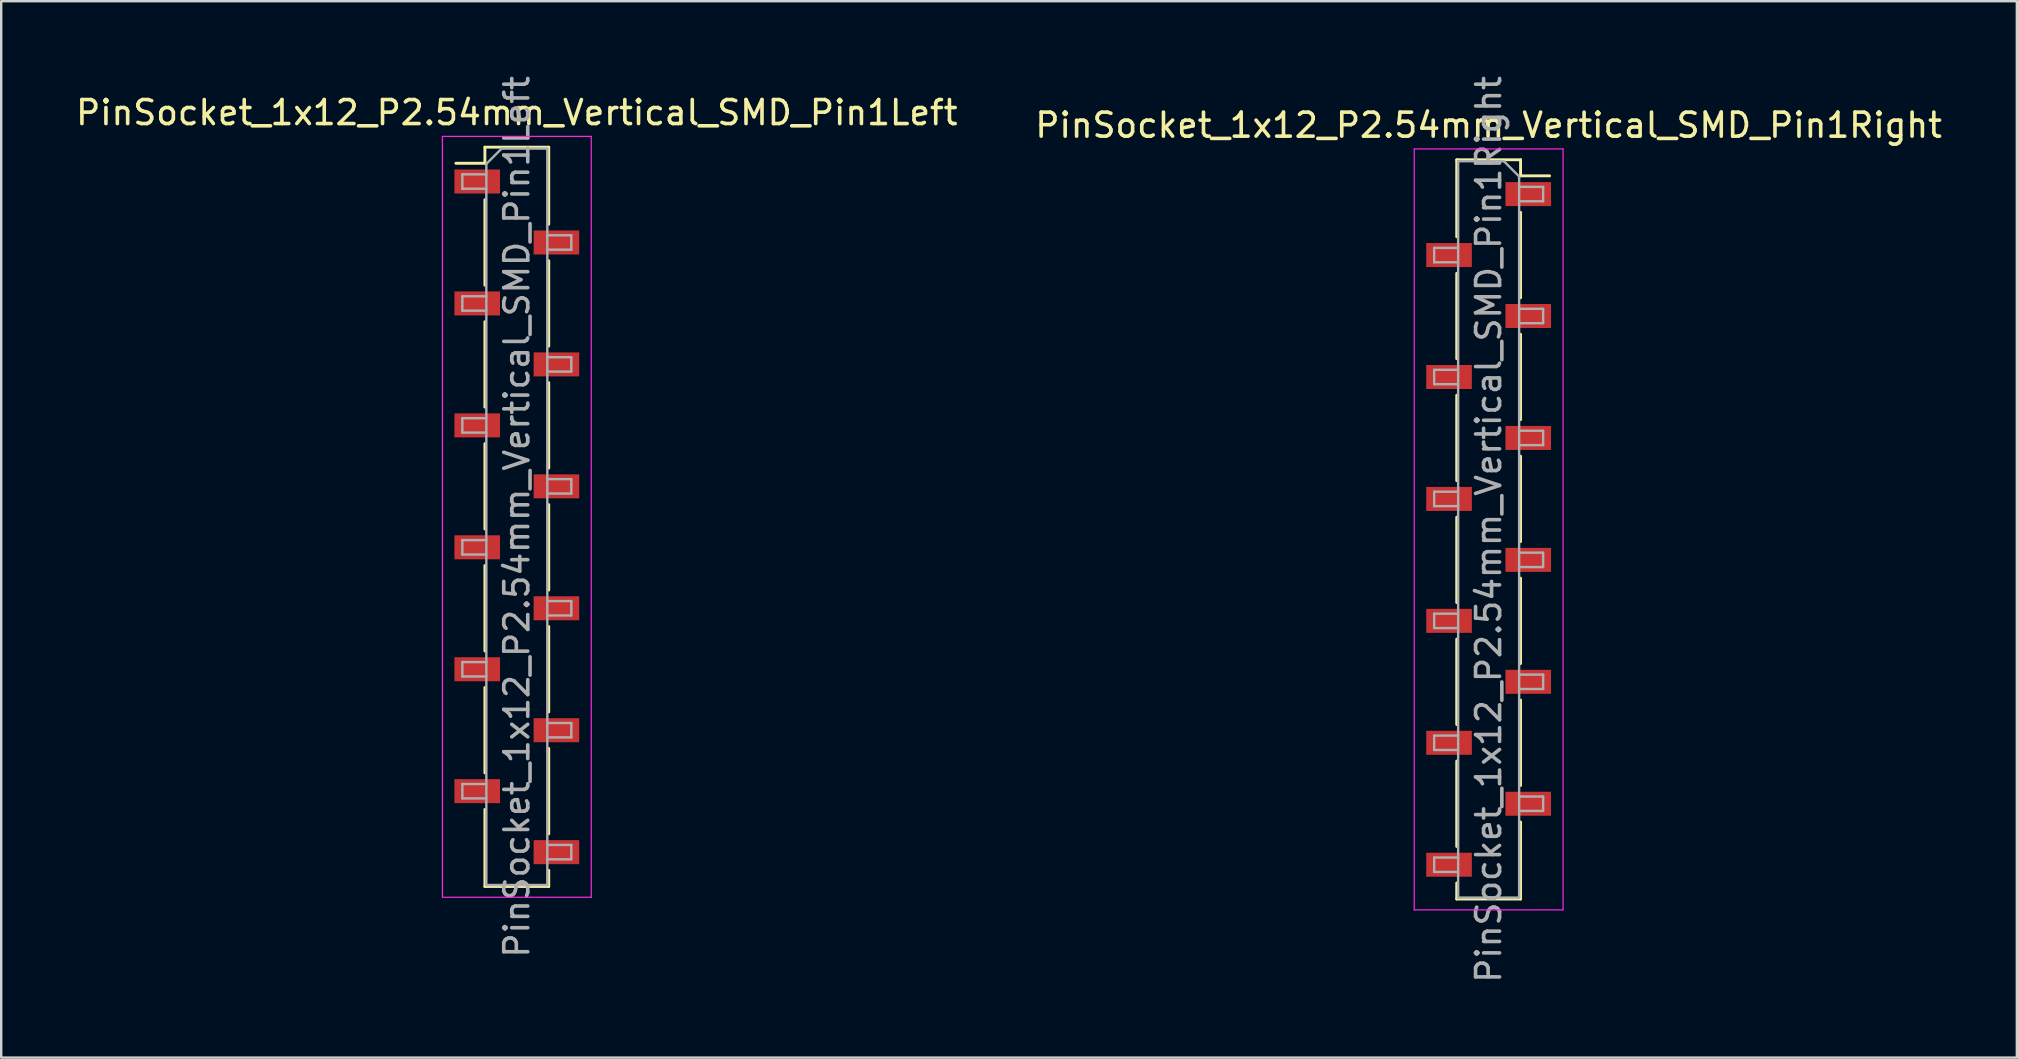
<source format=kicad_pcb>
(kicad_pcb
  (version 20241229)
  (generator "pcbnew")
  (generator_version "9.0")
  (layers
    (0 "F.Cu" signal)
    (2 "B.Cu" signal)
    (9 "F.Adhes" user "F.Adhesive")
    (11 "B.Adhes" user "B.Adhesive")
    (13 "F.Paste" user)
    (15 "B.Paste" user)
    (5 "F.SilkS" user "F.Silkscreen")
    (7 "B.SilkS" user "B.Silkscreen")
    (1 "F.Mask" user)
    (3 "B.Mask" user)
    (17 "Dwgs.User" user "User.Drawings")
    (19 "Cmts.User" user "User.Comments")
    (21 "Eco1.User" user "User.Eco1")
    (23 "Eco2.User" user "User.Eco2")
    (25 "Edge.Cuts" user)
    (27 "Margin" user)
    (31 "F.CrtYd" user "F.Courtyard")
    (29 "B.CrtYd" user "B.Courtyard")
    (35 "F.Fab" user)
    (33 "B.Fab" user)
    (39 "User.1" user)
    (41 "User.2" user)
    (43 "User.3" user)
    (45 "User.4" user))
  (footprint "PinSocket_1x12_P2.54mm_Vertical_SMD_Pin1Right"
    (layer "F.Cu")
    (at 58.97 19.006)
    (property "Reference" "PinSocket_1x12_P2.54mm_Vertical_SMD_Pin1Right" (at 0 -16.84 0) (layer "F.SilkS") (effects (font (size 1 1) (thickness 0.15))))
    (attr smd)
    (fp_line (start -1.33 -15.4) (end -1.33 -12.19) (stroke (width 0.12) (type solid)) (layer "F.SilkS"))
    (fp_line (start -1.33 -15.4) (end 1.33 -15.4) (stroke (width 0.12) (type solid)) (layer "F.SilkS"))
    (fp_line (start -1.33 -10.67) (end -1.33 -7.11) (stroke (width 0.12) (type solid)) (layer "F.SilkS"))
    (fp_line (start -1.33 -5.59) (end -1.33 -2.03) (stroke (width 0.12) (type solid)) (layer "F.SilkS"))
    (fp_line (start -1.33 -0.51) (end -1.33 3.05) (stroke (width 0.12) (type solid)) (layer "F.SilkS"))
    (fp_line (start -1.33 4.57) (end -1.33 8.13) (stroke (width 0.12) (type solid)) (layer "F.SilkS"))
    (fp_line (start -1.33 9.65) (end -1.33 13.21) (stroke (width 0.12) (type solid)) (layer "F.SilkS"))
    (fp_line (start -1.33 14.73) (end -1.33 15.4) (stroke (width 0.12) (type solid)) (layer "F.SilkS"))
    (fp_line (start -1.33 15.4) (end 1.33 15.4) (stroke (width 0.12) (type solid)) (layer "F.SilkS"))
    (fp_line (start 1.33 -15.4) (end 1.33 -14.73) (stroke (width 0.12) (type solid)) (layer "F.SilkS"))
    (fp_line (start 1.33 -14.73) (end 2.54 -14.73) (stroke (width 0.12) (type solid)) (layer "F.SilkS"))
    (fp_line (start 1.33 -13.21) (end 1.33 -9.65) (stroke (width 0.12) (type solid)) (layer "F.SilkS"))
    (fp_line (start 1.33 -8.13) (end 1.33 -4.57) (stroke (width 0.12) (type solid)) (layer "F.SilkS"))
    (fp_line (start 1.33 -3.05) (end 1.33 0.51) (stroke (width 0.12) (type solid)) (layer "F.SilkS"))
    (fp_line (start 1.33 2.03) (end 1.33 5.59) (stroke (width 0.12) (type solid)) (layer "F.SilkS"))
    (fp_line (start 1.33 7.11) (end 1.33 10.67) (stroke (width 0.12) (type solid)) (layer "F.SilkS"))
    (fp_line (start 1.33 12.19) (end 1.33 15.4) (stroke (width 0.12) (type solid)) (layer "F.SilkS"))
    (fp_line (start -3.1 -15.85) (end 3.1 -15.85) (stroke (width 0.05) (type solid)) (layer "F.CrtYd"))
    (fp_line (start -3.1 15.85) (end -3.1 -15.85) (stroke (width 0.05) (type solid)) (layer "F.CrtYd"))
    (fp_line (start 3.1 -15.85) (end 3.1 15.85) (stroke (width 0.05) (type solid)) (layer "F.CrtYd"))
    (fp_line (start 3.1 15.85) (end -3.1 15.85) (stroke (width 0.05) (type solid)) (layer "F.CrtYd"))
    (fp_line (start -2.27 -11.73) (end -1.27 -11.73) (stroke (width 0.1) (type solid)) (layer "F.Fab"))
    (fp_line (start -2.27 -11.13) (end -2.27 -11.73) (stroke (width 0.1) (type solid)) (layer "F.Fab"))
    (fp_line (start -2.27 -6.65) (end -1.27 -6.65) (stroke (width 0.1) (type solid)) (layer "F.Fab"))
    (fp_line (start -2.27 -6.05) (end -2.27 -6.65) (stroke (width 0.1) (type solid)) (layer "F.Fab"))
    (fp_line (start -2.27 -1.57) (end -1.27 -1.57) (stroke (width 0.1) (type solid)) (layer "F.Fab"))
    (fp_line (start -2.27 -0.97) (end -2.27 -1.57) (stroke (width 0.1) (type solid)) (layer "F.Fab"))
    (fp_line (start -2.27 3.51) (end -1.27 3.51) (stroke (width 0.1) (type solid)) (layer "F.Fab"))
    (fp_line (start -2.27 4.11) (end -2.27 3.51) (stroke (width 0.1) (type solid)) (layer "F.Fab"))
    (fp_line (start -2.27 8.59) (end -1.27 8.59) (stroke (width 0.1) (type solid)) (layer "F.Fab"))
    (fp_line (start -2.27 9.19) (end -2.27 8.59) (stroke (width 0.1) (type solid)) (layer "F.Fab"))
    (fp_line (start -2.27 13.67) (end -1.27 13.67) (stroke (width 0.1) (type solid)) (layer "F.Fab"))
    (fp_line (start -2.27 14.27) (end -2.27 13.67) (stroke (width 0.1) (type solid)) (layer "F.Fab"))
    (fp_line (start -1.27 -15.34) (end 0.635 -15.34) (stroke (width 0.1) (type solid)) (layer "F.Fab"))
    (fp_line (start -1.27 -11.13) (end -2.27 -11.13) (stroke (width 0.1) (type solid)) (layer "F.Fab"))
    (fp_line (start -1.27 -6.05) (end -2.27 -6.05) (stroke (width 0.1) (type solid)) (layer "F.Fab"))
    (fp_line (start -1.27 -0.97) (end -2.27 -0.97) (stroke (width 0.1) (type solid)) (layer "F.Fab"))
    (fp_line (start -1.27 4.11) (end -2.27 4.11) (stroke (width 0.1) (type solid)) (layer "F.Fab"))
    (fp_line (start -1.27 9.19) (end -2.27 9.19) (stroke (width 0.1) (type solid)) (layer "F.Fab"))
    (fp_line (start -1.27 14.27) (end -2.27 14.27) (stroke (width 0.1) (type solid)) (layer "F.Fab"))
    (fp_line (start -1.27 15.34) (end -1.27 -15.34) (stroke (width 0.1) (type solid)) (layer "F.Fab"))
    (fp_line (start 0.635 -15.34) (end 1.27 -14.705) (stroke (width 0.1) (type solid)) (layer "F.Fab"))
    (fp_line (start 1.27 -14.705) (end 1.27 15.34) (stroke (width 0.1) (type solid)) (layer "F.Fab"))
    (fp_line (start 1.27 -14.27) (end 2.27 -14.27) (stroke (width 0.1) (type solid)) (layer "F.Fab"))
    (fp_line (start 1.27 -9.19) (end 2.27 -9.19) (stroke (width 0.1) (type solid)) (layer "F.Fab"))
    (fp_line (start 1.27 -4.11) (end 2.27 -4.11) (stroke (width 0.1) (type solid)) (layer "F.Fab"))
    (fp_line (start 1.27 0.97) (end 2.27 0.97) (stroke (width 0.1) (type solid)) (layer "F.Fab"))
    (fp_line (start 1.27 6.05) (end 2.27 6.05) (stroke (width 0.1) (type solid)) (layer "F.Fab"))
    (fp_line (start 1.27 11.13) (end 2.27 11.13) (stroke (width 0.1) (type solid)) (layer "F.Fab"))
    (fp_line (start 1.27 15.34) (end -1.27 15.34) (stroke (width 0.1) (type solid)) (layer "F.Fab"))
    (fp_line (start 2.27 -14.27) (end 2.27 -13.67) (stroke (width 0.1) (type solid)) (layer "F.Fab"))
    (fp_line (start 2.27 -13.67) (end 1.27 -13.67) (stroke (width 0.1) (type solid)) (layer "F.Fab"))
    (fp_line (start 2.27 -9.19) (end 2.27 -8.59) (stroke (width 0.1) (type solid)) (layer "F.Fab"))
    (fp_line (start 2.27 -8.59) (end 1.27 -8.59) (stroke (width 0.1) (type solid)) (layer "F.Fab"))
    (fp_line (start 2.27 -4.11) (end 2.27 -3.51) (stroke (width 0.1) (type solid)) (layer "F.Fab"))
    (fp_line (start 2.27 -3.51) (end 1.27 -3.51) (stroke (width 0.1) (type solid)) (layer "F.Fab"))
    (fp_line (start 2.27 0.97) (end 2.27 1.57) (stroke (width 0.1) (type solid)) (layer "F.Fab"))
    (fp_line (start 2.27 1.57) (end 1.27 1.57) (stroke (width 0.1) (type solid)) (layer "F.Fab"))
    (fp_line (start 2.27 6.05) (end 2.27 6.65) (stroke (width 0.1) (type solid)) (layer "F.Fab"))
    (fp_line (start 2.27 6.65) (end 1.27 6.65) (stroke (width 0.1) (type solid)) (layer "F.Fab"))
    (fp_line (start 2.27 11.13) (end 2.27 11.73) (stroke (width 0.1) (type solid)) (layer "F.Fab"))
    (fp_line (start 2.27 11.73) (end 1.27 11.73) (stroke (width 0.1) (type solid)) (layer "F.Fab"))
    (fp_text user "${REFERENCE}" (at 0 0 90) (layer "F.Fab") (effects (font (size 1 1) (thickness 0.15))))
    (pad "1" smd rect (at 1.65 -13.97) (size 1.9 1) (layers "F.Cu" "F.Mask" "F.Paste"))
    (pad "2" smd rect (at -1.65 -11.43) (size 1.9 1) (layers "F.Cu" "F.Mask" "F.Paste"))
    (pad "3" smd rect (at 1.65 -8.89) (size 1.9 1) (layers "F.Cu" "F.Mask" "F.Paste"))
    (pad "4" smd rect (at -1.65 -6.35) (size 1.9 1) (layers "F.Cu" "F.Mask" "F.Paste"))
    (pad "5" smd rect (at 1.65 -3.81) (size 1.9 1) (layers "F.Cu" "F.Mask" "F.Paste"))
    (pad "6" smd rect (at -1.65 -1.27) (size 1.9 1) (layers "F.Cu" "F.Mask" "F.Paste"))
    (pad "7" smd rect (at 1.65 1.27) (size 1.9 1) (layers "F.Cu" "F.Mask" "F.Paste"))
    (pad "8" smd rect (at -1.65 3.81) (size 1.9 1) (layers "F.Cu" "F.Mask" "F.Paste"))
    (pad "9" smd rect (at 1.65 6.35) (size 1.9 1) (layers "F.Cu" "F.Mask" "F.Paste"))
    (pad "10" smd rect (at -1.65 8.89) (size 1.9 1) (layers "F.Cu" "F.Mask" "F.Paste"))
    (pad "11" smd rect (at 1.65 11.43) (size 1.9 1) (layers "F.Cu" "F.Mask" "F.Paste"))
    (pad "12" smd rect (at -1.65 13.97) (size 1.9 1) (layers "F.Cu" "F.Mask" "F.Paste")))
  (footprint "PinSocket_1x12_P2.54mm_Vertical_SMD_Pin1Left"
    (layer "F.Cu")
    (at 18.482 18.482)
    (property "Reference" "PinSocket_1x12_P2.54mm_Vertical_SMD_Pin1Left" (at 0 -16.84 0) (layer "F.SilkS") (effects (font (size 1 1) (thickness 0.15))))
    (attr smd)
    (fp_line (start -2.54 -14.73) (end -1.33 -14.73) (stroke (width 0.12) (type solid)) (layer "F.SilkS"))
    (fp_line (start -1.33 -15.4) (end -1.33 -14.73) (stroke (width 0.12) (type solid)) (layer "F.SilkS"))
    (fp_line (start -1.33 -15.4) (end 1.33 -15.4) (stroke (width 0.12) (type solid)) (layer "F.SilkS"))
    (fp_line (start -1.33 -13.21) (end -1.33 -9.65) (stroke (width 0.12) (type solid)) (layer "F.SilkS"))
    (fp_line (start -1.33 -8.13) (end -1.33 -4.57) (stroke (width 0.12) (type solid)) (layer "F.SilkS"))
    (fp_line (start -1.33 -3.05) (end -1.33 0.51) (stroke (width 0.12) (type solid)) (layer "F.SilkS"))
    (fp_line (start -1.33 2.03) (end -1.33 5.59) (stroke (width 0.12) (type solid)) (layer "F.SilkS"))
    (fp_line (start -1.33 7.11) (end -1.33 10.67) (stroke (width 0.12) (type solid)) (layer "F.SilkS"))
    (fp_line (start -1.33 12.19) (end -1.33 15.4) (stroke (width 0.12) (type solid)) (layer "F.SilkS"))
    (fp_line (start -1.33 15.4) (end 1.33 15.4) (stroke (width 0.12) (type solid)) (layer "F.SilkS"))
    (fp_line (start 1.33 -15.4) (end 1.33 -12.19) (stroke (width 0.12) (type solid)) (layer "F.SilkS"))
    (fp_line (start 1.33 -10.67) (end 1.33 -7.11) (stroke (width 0.12) (type solid)) (layer "F.SilkS"))
    (fp_line (start 1.33 -5.59) (end 1.33 -2.03) (stroke (width 0.12) (type solid)) (layer "F.SilkS"))
    (fp_line (start 1.33 -0.51) (end 1.33 3.05) (stroke (width 0.12) (type solid)) (layer "F.SilkS"))
    (fp_line (start 1.33 4.57) (end 1.33 8.13) (stroke (width 0.12) (type solid)) (layer "F.SilkS"))
    (fp_line (start 1.33 9.65) (end 1.33 13.21) (stroke (width 0.12) (type solid)) (layer "F.SilkS"))
    (fp_line (start 1.33 14.73) (end 1.33 15.4) (stroke (width 0.12) (type solid)) (layer "F.SilkS"))
    (fp_line (start -3.1 -15.85) (end 3.1 -15.85) (stroke (width 0.05) (type solid)) (layer "F.CrtYd"))
    (fp_line (start -3.1 15.85) (end -3.1 -15.85) (stroke (width 0.05) (type solid)) (layer "F.CrtYd"))
    (fp_line (start 3.1 -15.85) (end 3.1 15.85) (stroke (width 0.05) (type solid)) (layer "F.CrtYd"))
    (fp_line (start 3.1 15.85) (end -3.1 15.85) (stroke (width 0.05) (type solid)) (layer "F.CrtYd"))
    (fp_line (start -2.27 -14.27) (end -1.27 -14.27) (stroke (width 0.1) (type solid)) (layer "F.Fab"))
    (fp_line (start -2.27 -13.67) (end -2.27 -14.27) (stroke (width 0.1) (type solid)) (layer "F.Fab"))
    (fp_line (start -2.27 -9.19) (end -1.27 -9.19) (stroke (width 0.1) (type solid)) (layer "F.Fab"))
    (fp_line (start -2.27 -8.59) (end -2.27 -9.19) (stroke (width 0.1) (type solid)) (layer "F.Fab"))
    (fp_line (start -2.27 -4.11) (end -1.27 -4.11) (stroke (width 0.1) (type solid)) (layer "F.Fab"))
    (fp_line (start -2.27 -3.51) (end -2.27 -4.11) (stroke (width 0.1) (type solid)) (layer "F.Fab"))
    (fp_line (start -2.27 0.97) (end -1.27 0.97) (stroke (width 0.1) (type solid)) (layer "F.Fab"))
    (fp_line (start -2.27 1.57) (end -2.27 0.97) (stroke (width 0.1) (type solid)) (layer "F.Fab"))
    (fp_line (start -2.27 6.05) (end -1.27 6.05) (stroke (width 0.1) (type solid)) (layer "F.Fab"))
    (fp_line (start -2.27 6.65) (end -2.27 6.05) (stroke (width 0.1) (type solid)) (layer "F.Fab"))
    (fp_line (start -2.27 11.13) (end -1.27 11.13) (stroke (width 0.1) (type solid)) (layer "F.Fab"))
    (fp_line (start -2.27 11.73) (end -2.27 11.13) (stroke (width 0.1) (type solid)) (layer "F.Fab"))
    (fp_line (start -1.27 -14.705) (end -0.635 -15.34) (stroke (width 0.1) (type solid)) (layer "F.Fab"))
    (fp_line (start -1.27 -13.67) (end -2.27 -13.67) (stroke (width 0.1) (type solid)) (layer "F.Fab"))
    (fp_line (start -1.27 -8.59) (end -2.27 -8.59) (stroke (width 0.1) (type solid)) (layer "F.Fab"))
    (fp_line (start -1.27 -3.51) (end -2.27 -3.51) (stroke (width 0.1) (type solid)) (layer "F.Fab"))
    (fp_line (start -1.27 1.57) (end -2.27 1.57) (stroke (width 0.1) (type solid)) (layer "F.Fab"))
    (fp_line (start -1.27 6.65) (end -2.27 6.65) (stroke (width 0.1) (type solid)) (layer "F.Fab"))
    (fp_line (start -1.27 11.73) (end -2.27 11.73) (stroke (width 0.1) (type solid)) (layer "F.Fab"))
    (fp_line (start -1.27 15.34) (end -1.27 -14.705) (stroke (width 0.1) (type solid)) (layer "F.Fab"))
    (fp_line (start -0.635 -15.34) (end 1.27 -15.34) (stroke (width 0.1) (type solid)) (layer "F.Fab"))
    (fp_line (start 1.27 -15.34) (end 1.27 15.34) (stroke (width 0.1) (type solid)) (layer "F.Fab"))
    (fp_line (start 1.27 -11.73) (end 2.27 -11.73) (stroke (width 0.1) (type solid)) (layer "F.Fab"))
    (fp_line (start 1.27 -6.65) (end 2.27 -6.65) (stroke (width 0.1) (type solid)) (layer "F.Fab"))
    (fp_line (start 1.27 -1.57) (end 2.27 -1.57) (stroke (width 0.1) (type solid)) (layer "F.Fab"))
    (fp_line (start 1.27 3.51) (end 2.27 3.51) (stroke (width 0.1) (type solid)) (layer "F.Fab"))
    (fp_line (start 1.27 8.59) (end 2.27 8.59) (stroke (width 0.1) (type solid)) (layer "F.Fab"))
    (fp_line (start 1.27 13.67) (end 2.27 13.67) (stroke (width 0.1) (type solid)) (layer "F.Fab"))
    (fp_line (start 1.27 15.34) (end -1.27 15.34) (stroke (width 0.1) (type solid)) (layer "F.Fab"))
    (fp_line (start 2.27 -11.73) (end 2.27 -11.13) (stroke (width 0.1) (type solid)) (layer "F.Fab"))
    (fp_line (start 2.27 -11.13) (end 1.27 -11.13) (stroke (width 0.1) (type solid)) (layer "F.Fab"))
    (fp_line (start 2.27 -6.65) (end 2.27 -6.05) (stroke (width 0.1) (type solid)) (layer "F.Fab"))
    (fp_line (start 2.27 -6.05) (end 1.27 -6.05) (stroke (width 0.1) (type solid)) (layer "F.Fab"))
    (fp_line (start 2.27 -1.57) (end 2.27 -0.97) (stroke (width 0.1) (type solid)) (layer "F.Fab"))
    (fp_line (start 2.27 -0.97) (end 1.27 -0.97) (stroke (width 0.1) (type solid)) (layer "F.Fab"))
    (fp_line (start 2.27 3.51) (end 2.27 4.11) (stroke (width 0.1) (type solid)) (layer "F.Fab"))
    (fp_line (start 2.27 4.11) (end 1.27 4.11) (stroke (width 0.1) (type solid)) (layer "F.Fab"))
    (fp_line (start 2.27 8.59) (end 2.27 9.19) (stroke (width 0.1) (type solid)) (layer "F.Fab"))
    (fp_line (start 2.27 9.19) (end 1.27 9.19) (stroke (width 0.1) (type solid)) (layer "F.Fab"))
    (fp_line (start 2.27 13.67) (end 2.27 14.27) (stroke (width 0.1) (type solid)) (layer "F.Fab"))
    (fp_line (start 2.27 14.27) (end 1.27 14.27) (stroke (width 0.1) (type solid)) (layer "F.Fab"))
    (fp_text user "${REFERENCE}" (at 0 0 90) (layer "F.Fab") (effects (font (size 1 1) (thickness 0.15))))
    (pad "1" smd rect (at -1.65 -13.97) (size 1.9 1) (layers "F.Cu" "F.Mask" "F.Paste"))
    (pad "2" smd rect (at 1.65 -11.43) (size 1.9 1) (layers "F.Cu" "F.Mask" "F.Paste"))
    (pad "3" smd rect (at -1.65 -8.89) (size 1.9 1) (layers "F.Cu" "F.Mask" "F.Paste"))
    (pad "4" smd rect (at 1.65 -6.35) (size 1.9 1) (layers "F.Cu" "F.Mask" "F.Paste"))
    (pad "5" smd rect (at -1.65 -3.81) (size 1.9 1) (layers "F.Cu" "F.Mask" "F.Paste"))
    (pad "6" smd rect (at 1.65 -1.27) (size 1.9 1) (layers "F.Cu" "F.Mask" "F.Paste"))
    (pad "7" smd rect (at -1.65 1.27) (size 1.9 1) (layers "F.Cu" "F.Mask" "F.Paste"))
    (pad "8" smd rect (at 1.65 3.81) (size 1.9 1) (layers "F.Cu" "F.Mask" "F.Paste"))
    (pad "9" smd rect (at -1.65 6.35) (size 1.9 1) (layers "F.Cu" "F.Mask" "F.Paste"))
    (pad "10" smd rect (at 1.65 8.89) (size 1.9 1) (layers "F.Cu" "F.Mask" "F.Paste"))
    (pad "11" smd rect (at -1.65 11.43) (size 1.9 1) (layers "F.Cu" "F.Mask" "F.Paste"))
    (pad "12" smd rect (at 1.65 13.97) (size 1.9 1) (layers "F.Cu" "F.Mask" "F.Paste")))
  (gr_rect
    (start -3 -3)
    (end 80.976 41.012)
    (stroke (width 0.1) (type default))
    (fill no)
    (layer "Edge.Cuts")))
</source>
